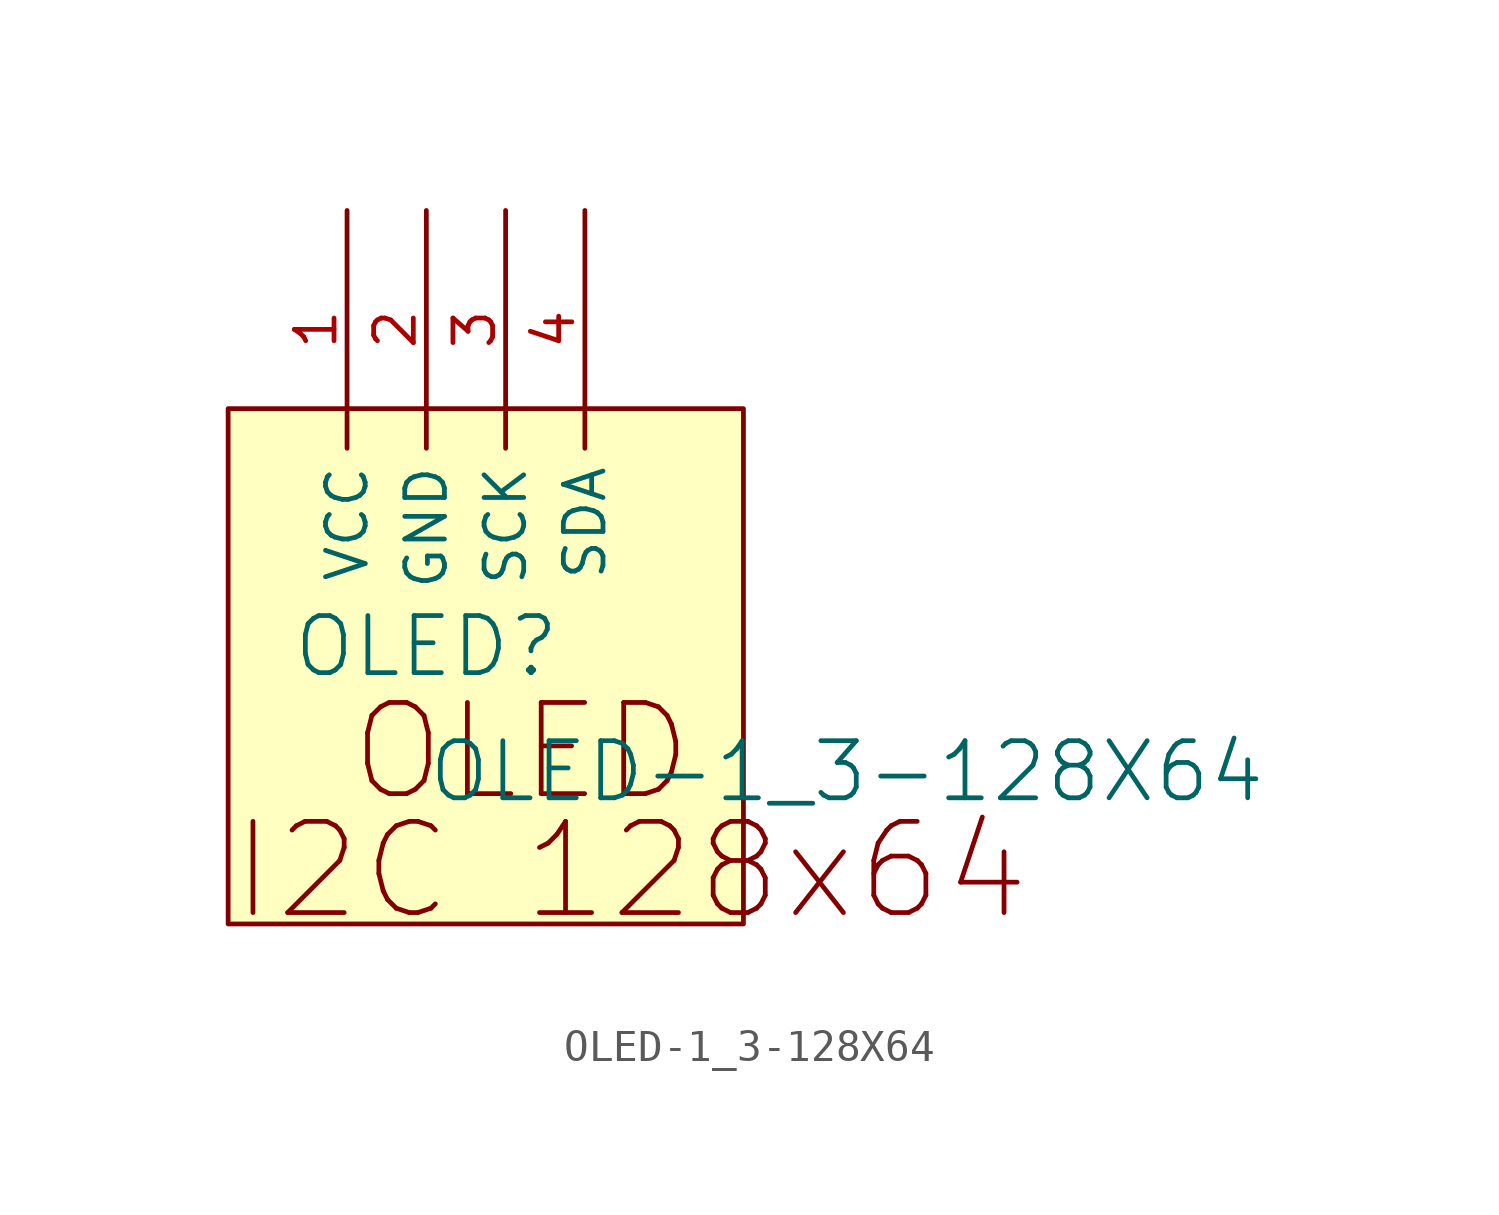
<source format=kicad_sym>
(kicad_symbol_lib
  (version 20241209)
  (generator "kicad_symbol_editor")
  (generator_version "9.0")
  (symbol "OLED-1_3-128X64"
    (property "Reference" "OLED"
      (at -1.27 1.27 0)
      (effects (font (size 1.829 1.829))))
    (property "Value" "OLED-1_3-128X64"
      (at -1.27 -3.81 0)
      (effects (font (size 1.829 1.829)) (justify left bottom)))
    (symbol "OLED-1_3-128X64_1_0"
      (rectangle (start 8.89 8.89) (end -7.62 -7.62) (stroke (width 0) (type solid) (color 128 0 0 1)) (fill (type background)))
      (text "I2C 128x64" (at -7.62 -7.62 0) (effects (font (size 2.921 2.921)) (justify left bottom)))
      (text "OLED" (at -3.81 -3.81 0) (effects (font (size 2.921 2.921)) (justify left bottom)))
      (pin power_in line (at -3.81 15.24 270) (length 7.62) (name "VCC" (effects (font (size 1.27 1.27)))) (number "1" (effects (font (size 1.27 1.27)))))
      (pin power_in line (at -1.27 15.24 270) (length 7.62) (name "GND" (effects (font (size 1.27 1.27)))) (number "2" (effects (font (size 1.27 1.27)))))
      (pin passive line (at 1.27 15.24 270) (length 7.62) (name "SCK" (effects (font (size 1.27 1.27)))) (number "3" (effects (font (size 1.27 1.27)))))
      (pin passive line (at 3.81 15.24 270) (length 7.62) (name "SDA" (effects (font (size 1.27 1.27)))) (number "4" (effects (font (size 1.27 1.27))))))))
</source>
